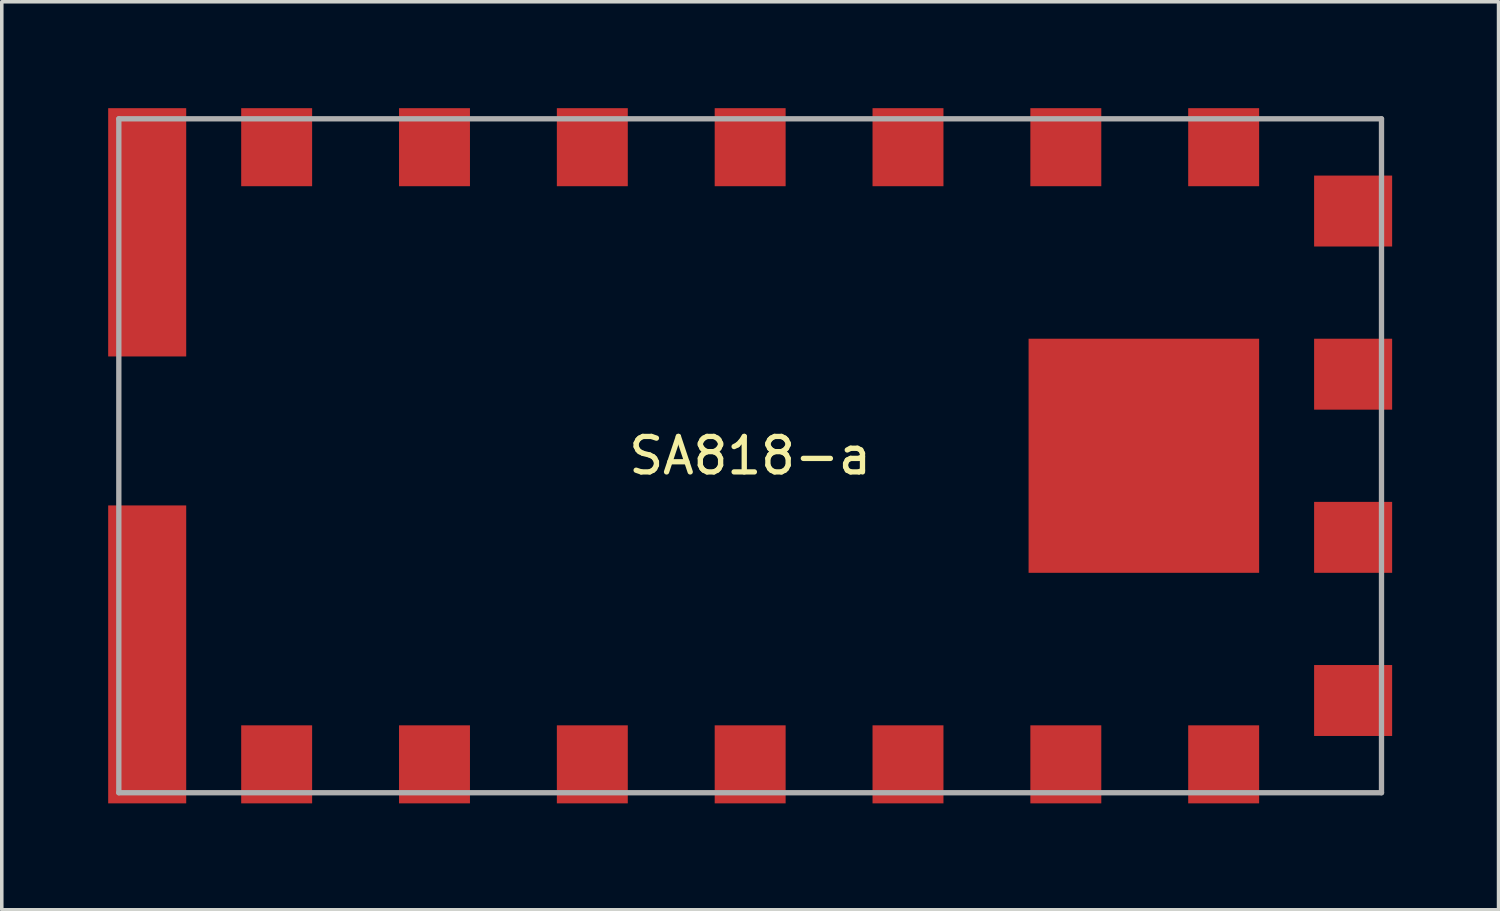
<source format=kicad_pcb>
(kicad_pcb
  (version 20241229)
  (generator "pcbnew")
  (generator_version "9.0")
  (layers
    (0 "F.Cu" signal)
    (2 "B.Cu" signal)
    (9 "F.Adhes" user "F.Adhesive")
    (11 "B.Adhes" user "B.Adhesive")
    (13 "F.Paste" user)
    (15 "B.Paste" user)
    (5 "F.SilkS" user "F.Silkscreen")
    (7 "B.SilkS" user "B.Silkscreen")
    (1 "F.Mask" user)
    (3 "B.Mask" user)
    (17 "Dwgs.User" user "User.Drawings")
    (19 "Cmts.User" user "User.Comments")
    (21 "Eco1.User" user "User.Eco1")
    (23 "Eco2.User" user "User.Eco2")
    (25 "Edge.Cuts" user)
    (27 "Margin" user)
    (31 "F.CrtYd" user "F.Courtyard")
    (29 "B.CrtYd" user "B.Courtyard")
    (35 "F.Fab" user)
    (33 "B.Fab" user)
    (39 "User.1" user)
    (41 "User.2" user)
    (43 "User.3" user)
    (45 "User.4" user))
  (footprint "SA818-a"
    (layer "F.Cu")
    (at 18.1 9.8)
    (property "Reference" "SA818-a" (at 0 0 0) (layer "F.SilkS") (effects (font (size 1 1) (thickness 0.15))))
    (attr through_hole)
    (fp_line (start -17.8 -9.5) (end 17.8 -9.5) (stroke (width 0.15) (type solid)) (layer "F.Fab"))
    (fp_line (start -17.8 9.5) (end -17.8 -9.5) (stroke (width 0.15) (type solid)) (layer "F.Fab"))
    (fp_line (start 17.8 -9.5) (end 17.8 9.5) (stroke (width 0.15) (type solid)) (layer "F.Fab"))
    (fp_line (start 17.8 9.5) (end -17.8 9.5) (stroke (width 0.15) (type solid)) (layer "F.Fab"))
    (pad "1" smd rect (at -13.35 -8.7) (size 2 2.2) (layers "F.Cu" "F.Mask" "F.Paste"))
    (pad "2" smd rect (at -8.9 -8.7) (size 2 2.2) (layers "F.Cu" "F.Mask" "F.Paste"))
    (pad "3" smd rect (at -4.45 -8.7) (size 2 2.2) (layers "F.Cu" "F.Mask" "F.Paste"))
    (pad "4" smd rect (at 0 -8.7) (size 2 2.2) (layers "F.Cu" "F.Mask" "F.Paste"))
    (pad "5" smd rect (at 4.45 -8.7) (size 2 2.2) (layers "F.Cu" "F.Mask" "F.Paste"))
    (pad "6" smd rect (at 8.9 -8.7) (size 2 2.2) (layers "F.Cu" "F.Mask" "F.Paste"))
    (pad "7" smd rect (at 13.35 -8.7) (size 2 2.2) (layers "F.Cu" "F.Mask" "F.Paste"))
    (pad "8" smd rect (at 17 -6.9 90) (size 2 2.2) (layers "F.Cu" "F.Mask" "F.Paste"))
    (pad "9" smd rect (at 17 -2.3 90) (size 2 2.2) (layers "F.Cu" "F.Mask" "F.Paste"))
    (pad "10" smd rect (at 17 2.3 90) (size 2 2.2) (layers "F.Cu" "F.Mask" "F.Paste"))
    (pad "11" smd rect (at 17 6.9 90) (size 2 2.2) (layers "F.Cu" "F.Mask" "F.Paste"))
    (pad "12" smd rect (at 13.35 8.7) (size 2 2.2) (layers "F.Cu" "F.Mask" "F.Paste"))
    (pad "13" smd rect (at 8.9 8.7) (size 2 2.2) (layers "F.Cu" "F.Mask" "F.Paste"))
    (pad "14" smd rect (at 4.45 8.7) (size 2 2.2) (layers "F.Cu" "F.Mask" "F.Paste"))
    (pad "15" smd rect (at 0 8.7) (size 2 2.2) (layers "F.Cu" "F.Mask" "F.Paste"))
    (pad "16" smd rect (at -4.45 8.7) (size 2 2.2) (layers "F.Cu" "F.Mask" "F.Paste"))
    (pad "17" smd rect (at -8.9 8.7) (size 2 2.2) (layers "F.Cu" "F.Mask" "F.Paste"))
    (pad "18" smd rect (at -13.35 8.7) (size 2 2.2) (layers "F.Cu" "F.Mask" "F.Paste"))
    (pad "P1" smd rect (at 11.1 0) (size 6.5 6.6) (layers "F.Cu" "F.Mask" "F.Paste"))
    (pad "P2" smd rect (at -17 -6.3) (size 2.2 7) (layers "F.Cu" "F.Mask" "F.Paste"))
    (pad "P3" smd rect (at -17 5.6) (size 2.2 8.4) (layers "F.Cu" "F.Mask" "F.Paste")))
  (gr_rect
    (start -3 -3)
    (end 39.2 22.6)
    (stroke (width 0.1) (type default))
    (fill no)
    (layer "Edge.Cuts")))
</source>
